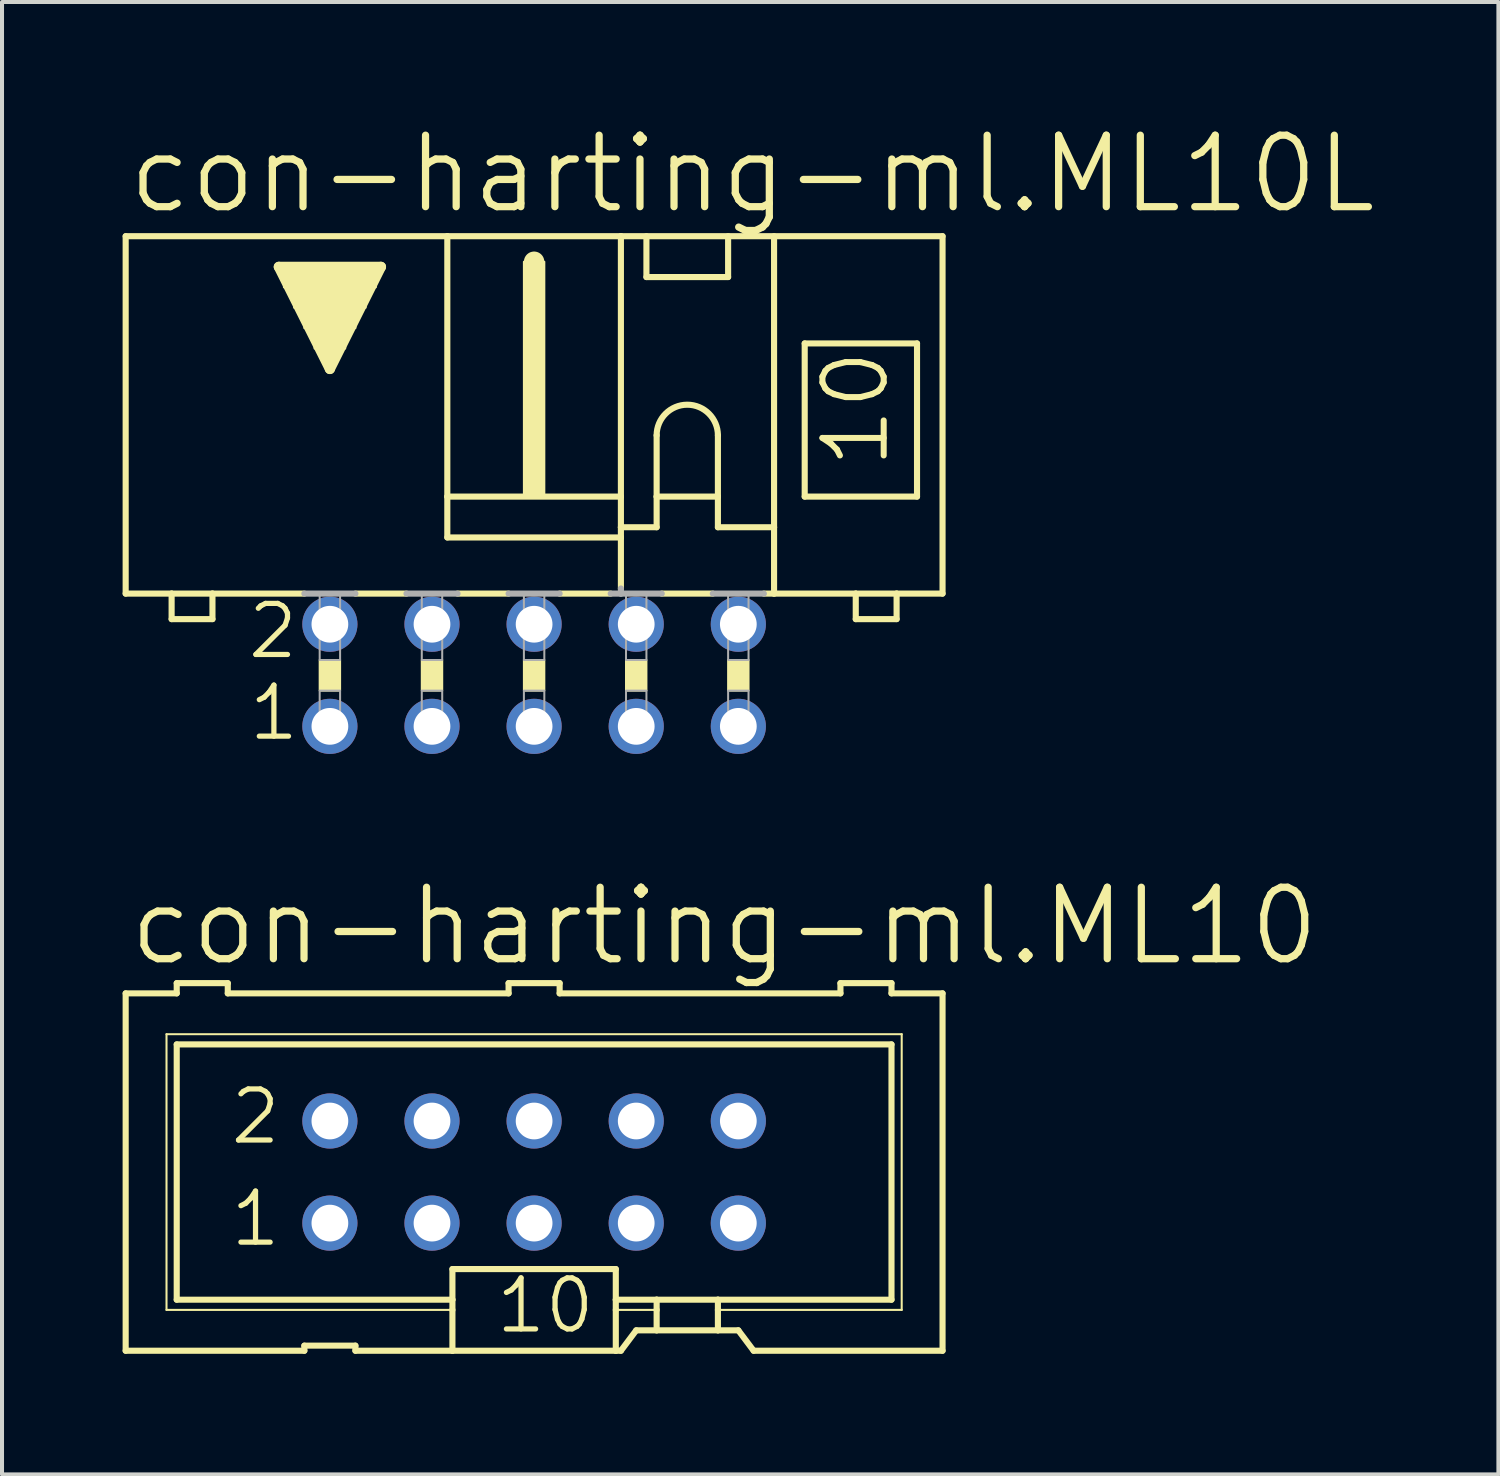
<source format=kicad_pcb>
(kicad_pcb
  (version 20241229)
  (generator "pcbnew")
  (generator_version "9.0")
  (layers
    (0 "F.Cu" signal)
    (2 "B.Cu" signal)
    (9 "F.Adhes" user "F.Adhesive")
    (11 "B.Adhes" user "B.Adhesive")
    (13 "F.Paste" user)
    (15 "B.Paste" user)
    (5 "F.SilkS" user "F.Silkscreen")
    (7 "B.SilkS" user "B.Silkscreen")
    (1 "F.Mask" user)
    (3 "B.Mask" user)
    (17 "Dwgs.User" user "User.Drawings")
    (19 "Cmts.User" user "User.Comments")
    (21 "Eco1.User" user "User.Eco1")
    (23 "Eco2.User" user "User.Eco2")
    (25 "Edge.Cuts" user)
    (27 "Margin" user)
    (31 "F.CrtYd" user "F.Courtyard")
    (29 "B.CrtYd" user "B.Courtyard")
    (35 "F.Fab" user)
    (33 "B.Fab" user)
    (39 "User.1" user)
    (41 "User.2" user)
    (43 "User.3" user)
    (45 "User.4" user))
  (footprint "con-harting-ml.ML10L"
    (layer "F.Cu")
    (at 10.236 13.748)
    (property "Reference" "con-harting-ml.ML10L" (at -10.185 -11.43 0) (layer "F.SilkS") (effects (font (size 1.778 1.778) (thickness 0.18)) (justify left bottom)))
    (attr through_hole)
    (fp_line (start -10.16 -2.032) (end -10.16 -10.922) (stroke (width 0.152) (type default)) (layer "F.SilkS"))
    (fp_line (start -10.16 -2.032) (end -9.017 -2.032) (stroke (width 0.152) (type default)) (layer "F.SilkS"))
    (fp_line (start -9.017 -2.032) (end -9.017 -1.397) (stroke (width 0.152) (type default)) (layer "F.SilkS"))
    (fp_line (start -9.017 -2.032) (end -8.001 -2.032) (stroke (width 0.152) (type default)) (layer "F.SilkS"))
    (fp_line (start -8.001 -2.032) (end -5.715 -2.032) (stroke (width 0.152) (type default)) (layer "F.SilkS"))
    (fp_line (start -8.001 -1.397) (end -9.017 -1.397) (stroke (width 0.152) (type default)) (layer "F.SilkS"))
    (fp_line (start -8.001 -1.397) (end -8.001 -2.032) (stroke (width 0.152) (type default)) (layer "F.SilkS"))
    (fp_line (start -6.35 -10.16) (end -3.81 -10.16) (stroke (width 0.254) (type default)) (layer "F.SilkS"))
    (fp_line (start -5.08 -7.62) (end -6.35 -10.16) (stroke (width 0.254) (type default)) (layer "F.SilkS"))
    (fp_line (start -4.445 -2.032) (end -3.175 -2.032) (stroke (width 0.152) (type default)) (layer "F.SilkS"))
    (fp_line (start -3.81 -10.16) (end -5.08 -7.62) (stroke (width 0.254) (type default)) (layer "F.SilkS"))
    (fp_line (start -2.159 -10.922) (end -10.16 -10.922) (stroke (width 0.152) (type default)) (layer "F.SilkS"))
    (fp_line (start -2.159 -10.922) (end -2.159 -4.445) (stroke (width 0.152) (type default)) (layer "F.SilkS"))
    (fp_line (start -2.159 -10.922) (end 2.159 -10.922) (stroke (width 0.152) (type default)) (layer "F.SilkS"))
    (fp_line (start -2.159 -4.445) (end -2.159 -3.429) (stroke (width 0.152) (type default)) (layer "F.SilkS"))
    (fp_line (start -1.905 -2.032) (end -0.635 -2.032) (stroke (width 0.152) (type default)) (layer "F.SilkS"))
    (fp_line (start 0 -10.033) (end 0 -10.287) (stroke (width 0.508) (type default)) (layer "F.SilkS"))
    (fp_line (start 0.635 -2.032) (end 1.905 -2.032) (stroke (width 0.152) (type default)) (layer "F.SilkS"))
    (fp_line (start 2.159 -10.922) (end 2.159 -4.445) (stroke (width 0.152) (type default)) (layer "F.SilkS"))
    (fp_line (start 2.159 -10.922) (end 10.16 -10.922) (stroke (width 0.152) (type default)) (layer "F.SilkS"))
    (fp_line (start 2.159 -4.445) (end -2.159 -4.445) (stroke (width 0.152) (type default)) (layer "F.SilkS"))
    (fp_line (start 2.159 -4.445) (end 2.159 -3.683) (stroke (width 0.152) (type default)) (layer "F.SilkS"))
    (fp_line (start 2.159 -3.683) (end 2.159 -3.429) (stroke (width 0.152) (type default)) (layer "F.SilkS"))
    (fp_line (start 2.159 -3.683) (end 3.048 -3.683) (stroke (width 0.152) (type default)) (layer "F.SilkS"))
    (fp_line (start 2.159 -3.429) (end -2.159 -3.429) (stroke (width 0.152) (type default)) (layer "F.SilkS"))
    (fp_line (start 2.159 -3.429) (end 2.159 -2.159) (stroke (width 0.152) (type default)) (layer "F.SilkS"))
    (fp_line (start 2.794 -9.906) (end 2.794 -10.922) (stroke (width 0.152) (type default)) (layer "F.SilkS"))
    (fp_line (start 2.794 -9.906) (end 4.826 -9.906) (stroke (width 0.152) (type default)) (layer "F.SilkS"))
    (fp_line (start 3.048 -5.969) (end 3.048 -4.445) (stroke (width 0.152) (type default)) (layer "F.SilkS"))
    (fp_line (start 3.048 -4.445) (end 3.048 -3.683) (stroke (width 0.152) (type default)) (layer "F.SilkS"))
    (fp_line (start 3.048 -4.445) (end 4.572 -4.445) (stroke (width 0.152) (type default)) (layer "F.SilkS"))
    (fp_line (start 3.175 -2.032) (end 4.445 -2.032) (stroke (width 0.152) (type default)) (layer "F.SilkS"))
    (fp_line (start 4.572 -5.969) (end 4.572 -4.445) (stroke (width 0.152) (type default)) (layer "F.SilkS"))
    (fp_line (start 4.572 -4.445) (end 4.572 -3.683) (stroke (width 0.152) (type default)) (layer "F.SilkS"))
    (fp_line (start 4.572 -3.683) (end 5.969 -3.683) (stroke (width 0.152) (type default)) (layer "F.SilkS"))
    (fp_line (start 4.826 -10.922) (end 4.826 -9.906) (stroke (width 0.152) (type default)) (layer "F.SilkS"))
    (fp_line (start 5.969 -3.683) (end 5.969 -10.922) (stroke (width 0.152) (type default)) (layer "F.SilkS"))
    (fp_line (start 5.969 -3.683) (end 5.969 -2.032) (stroke (width 0.152) (type default)) (layer "F.SilkS"))
    (fp_line (start 5.969 -2.032) (end 5.715 -2.032) (stroke (width 0.152) (type default)) (layer "F.SilkS"))
    (fp_line (start 6.731 -8.255) (end 6.731 -4.445) (stroke (width 0.152) (type default)) (layer "F.SilkS"))
    (fp_line (start 6.731 -8.255) (end 9.525 -8.255) (stroke (width 0.152) (type default)) (layer "F.SilkS"))
    (fp_line (start 6.731 -4.445) (end 9.525 -4.445) (stroke (width 0.152) (type default)) (layer "F.SilkS"))
    (fp_line (start 8.001 -2.032) (end 5.969 -2.032) (stroke (width 0.152) (type default)) (layer "F.SilkS"))
    (fp_line (start 8.001 -2.032) (end 8.001 -1.397) (stroke (width 0.152) (type default)) (layer "F.SilkS"))
    (fp_line (start 9.017 -2.032) (end 8.001 -2.032) (stroke (width 0.152) (type default)) (layer "F.SilkS"))
    (fp_line (start 9.017 -1.397) (end 8.001 -1.397) (stroke (width 0.152) (type default)) (layer "F.SilkS"))
    (fp_line (start 9.017 -1.397) (end 9.017 -2.032) (stroke (width 0.152) (type default)) (layer "F.SilkS"))
    (fp_line (start 9.525 -4.445) (end 9.525 -8.255) (stroke (width 0.152) (type default)) (layer "F.SilkS"))
    (fp_line (start 10.16 -10.922) (end 10.16 -2.032) (stroke (width 0.152) (type default)) (layer "F.SilkS"))
    (fp_line (start 10.16 -2.032) (end 9.017 -2.032) (stroke (width 0.152) (type default)) (layer "F.SilkS"))
    (fp_rect (start -6.223 -9.652) (end -3.937 -10.16) (stroke (width 0.05) (type default)) (fill yes) (layer "F.SilkS"))
    (fp_rect (start -5.969 -9.144) (end -4.191 -9.652) (stroke (width 0.05) (type default)) (fill yes) (layer "F.SilkS"))
    (fp_rect (start -5.715 -8.636) (end -4.445 -9.144) (stroke (width 0.05) (type default)) (fill yes) (layer "F.SilkS"))
    (fp_rect (start -5.461 -8.128) (end -4.699 -8.636) (stroke (width 0.05) (type default)) (fill yes) (layer "F.SilkS"))
    (fp_rect (start -5.334 0.381) (end -4.826 -0.381) (stroke (width 0.05) (type default)) (fill yes) (layer "F.SilkS"))
    (fp_rect (start -5.207 -7.874) (end -4.953 -8.128) (stroke (width 0.05) (type default)) (fill yes) (layer "F.SilkS"))
    (fp_rect (start -2.794 0.381) (end -2.286 -0.381) (stroke (width 0.05) (type default)) (fill yes) (layer "F.SilkS"))
    (fp_rect (start -0.254 -4.445) (end 0.254 -10.287) (stroke (width 0.05) (type default)) (fill yes) (layer "F.SilkS"))
    (fp_rect (start -0.254 0.381) (end 0.254 -0.381) (stroke (width 0.05) (type default)) (fill yes) (layer "F.SilkS"))
    (fp_rect (start 2.286 0.381) (end 2.794 -0.381) (stroke (width 0.05) (type default)) (fill yes) (layer "F.SilkS"))
    (fp_rect (start 4.826 0.381) (end 5.334 -0.381) (stroke (width 0.05) (type default)) (fill yes) (layer "F.SilkS"))
    (fp_arc (start 3.048 -5.969) (mid 3.81 -6.731) (end 4.572 -5.969) (stroke (width 0.1524) (type default)) (layer "F.SilkS"))
    (fp_line (start -5.715 -2.032) (end -4.445 -2.032) (stroke (width 0.152) (type default)) (layer "F.Fab"))
    (fp_line (start -3.175 -2.032) (end -1.905 -2.032) (stroke (width 0.152) (type default)) (layer "F.Fab"))
    (fp_line (start -0.635 -2.032) (end 0.635 -2.032) (stroke (width 0.152) (type default)) (layer "F.Fab"))
    (fp_line (start 1.905 -2.032) (end 2.159 -2.032) (stroke (width 0.152) (type default)) (layer "F.Fab"))
    (fp_line (start 2.159 -2.159) (end 2.159 -2.032) (stroke (width 0.152) (type default)) (layer "F.Fab"))
    (fp_line (start 2.159 -2.032) (end 3.175 -2.032) (stroke (width 0.152) (type default)) (layer "F.Fab"))
    (fp_line (start 5.715 -2.032) (end 4.445 -2.032) (stroke (width 0.152) (type default)) (layer "F.Fab"))
    (fp_rect (start -5.334 -0.381) (end -4.826 -2.032) (stroke (width 0.05) (type default)) (fill no) (layer "F.Fab"))
    (fp_rect (start -5.334 1.524) (end -4.826 0.381) (stroke (width 0.05) (type default)) (fill no) (layer "F.Fab"))
    (fp_rect (start -2.794 -0.381) (end -2.286 -2.032) (stroke (width 0.05) (type default)) (fill no) (layer "F.Fab"))
    (fp_rect (start -2.794 1.524) (end -2.286 0.381) (stroke (width 0.05) (type default)) (fill no) (layer "F.Fab"))
    (fp_rect (start -0.254 -0.381) (end 0.254 -2.032) (stroke (width 0.05) (type default)) (fill no) (layer "F.Fab"))
    (fp_rect (start -0.254 1.524) (end 0.254 0.381) (stroke (width 0.05) (type default)) (fill no) (layer "F.Fab"))
    (fp_rect (start 2.286 -0.381) (end 2.794 -2.032) (stroke (width 0.05) (type default)) (fill no) (layer "F.Fab"))
    (fp_rect (start 2.286 1.524) (end 2.794 0.381) (stroke (width 0.05) (type default)) (fill no) (layer "F.Fab"))
    (fp_rect (start 4.826 -0.381) (end 5.334 -2.032) (stroke (width 0.05) (type default)) (fill no) (layer "F.Fab"))
    (fp_rect (start 4.826 1.524) (end 5.334 0.381) (stroke (width 0.05) (type default)) (fill no) (layer "F.Fab"))
    (fp_text user "10" (at 8.89 -5.08 90) (layer "F.SilkS") (effects (font (size 1.524 1.524) (thickness 0.15)) (justify left bottom)))
    (fp_text user "2" (at -7.188 -0.356 0) (layer "F.SilkS") (effects (font (size 1.27 1.27) (thickness 0.13)) (justify left bottom)))
    (fp_text user "1" (at -7.163 1.676 0) (layer "F.SilkS") (effects (font (size 1.27 1.27) (thickness 0.13)) (justify left bottom)))
    (pad "1" thru_hole circle (at -5.08 1.27) (size 1.372 1.372) (drill 0.914) (layers "*.Cu" "*.Mask"))
    (pad "2" thru_hole circle (at -5.08 -1.27) (size 1.372 1.372) (drill 0.914) (layers "*.Cu" "*.Mask"))
    (pad "3" thru_hole circle (at -2.54 1.27) (size 1.372 1.372) (drill 0.914) (layers "*.Cu" "*.Mask"))
    (pad "4" thru_hole circle (at -2.54 -1.27) (size 1.372 1.372) (drill 0.914) (layers "*.Cu" "*.Mask"))
    (pad "5" thru_hole circle (at 0 1.27) (size 1.372 1.372) (drill 0.914) (layers "*.Cu" "*.Mask"))
    (pad "6" thru_hole circle (at 0 -1.27) (size 1.372 1.372) (drill 0.914) (layers "*.Cu" "*.Mask"))
    (pad "7" thru_hole circle (at 2.54 1.27) (size 1.372 1.372) (drill 0.914) (layers "*.Cu" "*.Mask"))
    (pad "8" thru_hole circle (at 2.54 -1.27) (size 1.372 1.372) (drill 0.914) (layers "*.Cu" "*.Mask"))
    (pad "9" thru_hole circle (at 5.08 1.27) (size 1.372 1.372) (drill 0.914) (layers "*.Cu" "*.Mask"))
    (pad "10" thru_hole circle (at 5.08 -1.27) (size 1.372 1.372) (drill 0.914) (layers "*.Cu" "*.Mask")))
  (footprint "con-harting-ml.ML10"
    (layer "F.Cu")
    (at 10.236 26.105)
    (property "Reference" "con-harting-ml.ML10" (at -10.16 -5.08 0) (layer "F.SilkS") (effects (font (size 1.778 1.778) (thickness 0.18)) (justify left bottom)))
    (attr through_hole)
    (fp_line (start -10.16 -4.445) (end -10.16 4.445) (stroke (width 0.152) (type default)) (layer "F.SilkS"))
    (fp_line (start -10.16 -4.445) (end -8.89 -4.445) (stroke (width 0.152) (type default)) (layer "F.SilkS"))
    (fp_line (start -9.144 -3.429) (end -9.144 3.429) (stroke (width 0.051) (type default)) (layer "F.SilkS"))
    (fp_line (start -9.144 3.429) (end -2.032 3.429) (stroke (width 0.051) (type default)) (layer "F.SilkS"))
    (fp_line (start -8.89 -4.699) (end -8.89 -4.445) (stroke (width 0.152) (type default)) (layer "F.SilkS"))
    (fp_line (start -8.89 -3.175) (end -8.89 3.175) (stroke (width 0.152) (type default)) (layer "F.SilkS"))
    (fp_line (start -8.89 -3.175) (end 8.89 -3.175) (stroke (width 0.152) (type default)) (layer "F.SilkS"))
    (fp_line (start -7.62 -4.699) (end -8.89 -4.699) (stroke (width 0.152) (type default)) (layer "F.SilkS"))
    (fp_line (start -7.62 -4.699) (end -7.62 -4.445) (stroke (width 0.152) (type default)) (layer "F.SilkS"))
    (fp_line (start -7.62 -4.445) (end -0.635 -4.445) (stroke (width 0.152) (type default)) (layer "F.SilkS"))
    (fp_line (start -5.715 4.445) (end -10.16 4.445) (stroke (width 0.152) (type default)) (layer "F.SilkS"))
    (fp_line (start -5.715 4.445) (end -5.715 4.318) (stroke (width 0.152) (type default)) (layer "F.SilkS"))
    (fp_line (start -4.445 4.318) (end -5.715 4.318) (stroke (width 0.152) (type default)) (layer "F.SilkS"))
    (fp_line (start -4.445 4.318) (end -4.445 4.445) (stroke (width 0.152) (type default)) (layer "F.SilkS"))
    (fp_line (start -2.032 3.175) (end -8.89 3.175) (stroke (width 0.152) (type default)) (layer "F.SilkS"))
    (fp_line (start -2.032 3.175) (end -2.032 2.413) (stroke (width 0.152) (type default)) (layer "F.SilkS"))
    (fp_line (start -2.032 3.175) (end -2.032 3.429) (stroke (width 0.152) (type default)) (layer "F.SilkS"))
    (fp_line (start -2.032 3.429) (end -2.032 4.445) (stroke (width 0.152) (type default)) (layer "F.SilkS"))
    (fp_line (start -2.032 4.445) (end -4.445 4.445) (stroke (width 0.152) (type default)) (layer "F.SilkS"))
    (fp_line (start -0.635 -4.699) (end -0.635 -4.445) (stroke (width 0.152) (type default)) (layer "F.SilkS"))
    (fp_line (start 0.635 -4.699) (end -0.635 -4.699) (stroke (width 0.152) (type default)) (layer "F.SilkS"))
    (fp_line (start 0.635 -4.699) (end 0.635 -4.445) (stroke (width 0.152) (type default)) (layer "F.SilkS"))
    (fp_line (start 0.635 -4.445) (end 7.62 -4.445) (stroke (width 0.152) (type default)) (layer "F.SilkS"))
    (fp_line (start 2.032 2.413) (end -2.032 2.413) (stroke (width 0.152) (type default)) (layer "F.SilkS"))
    (fp_line (start 2.032 2.413) (end 2.032 3.175) (stroke (width 0.152) (type default)) (layer "F.SilkS"))
    (fp_line (start 2.032 3.175) (end 2.032 3.429) (stroke (width 0.152) (type default)) (layer "F.SilkS"))
    (fp_line (start 2.032 3.429) (end 2.032 4.445) (stroke (width 0.152) (type default)) (layer "F.SilkS"))
    (fp_line (start 2.032 4.445) (end -2.032 4.445) (stroke (width 0.152) (type default)) (layer "F.SilkS"))
    (fp_line (start 2.159 4.445) (end 2.032 4.445) (stroke (width 0.152) (type default)) (layer "F.SilkS"))
    (fp_line (start 2.159 4.445) (end 2.54 3.937) (stroke (width 0.152) (type default)) (layer "F.SilkS"))
    (fp_line (start 3.048 3.175) (end 2.032 3.175) (stroke (width 0.152) (type default)) (layer "F.SilkS"))
    (fp_line (start 3.048 3.175) (end 3.048 3.429) (stroke (width 0.152) (type default)) (layer "F.SilkS"))
    (fp_line (start 3.048 3.429) (end 2.032 3.429) (stroke (width 0.051) (type default)) (layer "F.SilkS"))
    (fp_line (start 3.048 3.429) (end 3.048 3.937) (stroke (width 0.152) (type default)) (layer "F.SilkS"))
    (fp_line (start 3.048 3.937) (end 2.54 3.937) (stroke (width 0.152) (type default)) (layer "F.SilkS"))
    (fp_line (start 4.572 3.175) (end 3.048 3.175) (stroke (width 0.152) (type default)) (layer "F.SilkS"))
    (fp_line (start 4.572 3.175) (end 4.572 3.429) (stroke (width 0.152) (type default)) (layer "F.SilkS"))
    (fp_line (start 4.572 3.429) (end 4.572 3.937) (stroke (width 0.152) (type default)) (layer "F.SilkS"))
    (fp_line (start 4.572 3.429) (end 9.144 3.429) (stroke (width 0.051) (type default)) (layer "F.SilkS"))
    (fp_line (start 4.572 3.937) (end 3.048 3.937) (stroke (width 0.152) (type default)) (layer "F.SilkS"))
    (fp_line (start 5.08 3.937) (end 4.572 3.937) (stroke (width 0.152) (type default)) (layer "F.SilkS"))
    (fp_line (start 5.08 3.937) (end 5.461 4.445) (stroke (width 0.152) (type default)) (layer "F.SilkS"))
    (fp_line (start 7.62 -4.445) (end 7.62 -4.699) (stroke (width 0.152) (type default)) (layer "F.SilkS"))
    (fp_line (start 8.89 -4.699) (end 7.62 -4.699) (stroke (width 0.152) (type default)) (layer "F.SilkS"))
    (fp_line (start 8.89 -4.445) (end 8.89 -4.699) (stroke (width 0.152) (type default)) (layer "F.SilkS"))
    (fp_line (start 8.89 -4.445) (end 10.16 -4.445) (stroke (width 0.152) (type default)) (layer "F.SilkS"))
    (fp_line (start 8.89 3.175) (end 4.572 3.175) (stroke (width 0.152) (type default)) (layer "F.SilkS"))
    (fp_line (start 8.89 3.175) (end 8.89 -3.175) (stroke (width 0.152) (type default)) (layer "F.SilkS"))
    (fp_line (start 9.144 -3.429) (end -9.144 -3.429) (stroke (width 0.051) (type default)) (layer "F.SilkS"))
    (fp_line (start 9.144 3.429) (end 9.144 -3.429) (stroke (width 0.051) (type default)) (layer "F.SilkS"))
    (fp_line (start 10.16 4.445) (end 5.461 4.445) (stroke (width 0.152) (type default)) (layer "F.SilkS"))
    (fp_line (start 10.16 4.445) (end 10.16 -4.445) (stroke (width 0.152) (type default)) (layer "F.SilkS"))
    (fp_rect (start -5.334 -1.016) (end -4.826 -1.524) (stroke (width 0.05) (type default)) (fill no) (layer "F.Fab"))
    (fp_rect (start -5.334 1.524) (end -4.826 1.016) (stroke (width 0.05) (type default)) (fill no) (layer "F.Fab"))
    (fp_rect (start -2.794 -1.016) (end -2.286 -1.524) (stroke (width 0.05) (type default)) (fill no) (layer "F.Fab"))
    (fp_rect (start -2.794 1.524) (end -2.286 1.016) (stroke (width 0.05) (type default)) (fill no) (layer "F.Fab"))
    (fp_rect (start -0.254 -1.016) (end 0.254 -1.524) (stroke (width 0.05) (type default)) (fill no) (layer "F.Fab"))
    (fp_rect (start -0.254 1.524) (end 0.254 1.016) (stroke (width 0.05) (type default)) (fill no) (layer "F.Fab"))
    (fp_rect (start 2.286 -1.016) (end 2.794 -1.524) (stroke (width 0.05) (type default)) (fill no) (layer "F.Fab"))
    (fp_rect (start 2.286 1.524) (end 2.794 1.016) (stroke (width 0.05) (type default)) (fill no) (layer "F.Fab"))
    (fp_rect (start 4.826 -1.016) (end 5.334 -1.524) (stroke (width 0.05) (type default)) (fill no) (layer "F.Fab"))
    (fp_rect (start 4.826 1.524) (end 5.334 1.016) (stroke (width 0.05) (type default)) (fill no) (layer "F.Fab"))
    (fp_text user "2" (at -7.62 -0.635 0) (layer "F.SilkS") (effects (font (size 1.27 1.27) (thickness 0.13)) (justify left bottom)))
    (fp_text user "10" (at -1.016 4.064 0) (layer "F.SilkS") (effects (font (size 1.27 1.27) (thickness 0.13)) (justify left bottom)))
    (fp_text user "1" (at -7.62 1.905 0) (layer "F.SilkS") (effects (font (size 1.27 1.27) (thickness 0.13)) (justify left bottom)))
    (pad "1" thru_hole circle (at -5.08 1.27) (size 1.372 1.372) (drill 0.914) (layers "*.Cu" "*.Mask"))
    (pad "2" thru_hole circle (at -5.08 -1.27) (size 1.372 1.372) (drill 0.914) (layers "*.Cu" "*.Mask"))
    (pad "3" thru_hole circle (at -2.54 1.27) (size 1.372 1.372) (drill 0.914) (layers "*.Cu" "*.Mask"))
    (pad "4" thru_hole circle (at -2.54 -1.27) (size 1.372 1.372) (drill 0.914) (layers "*.Cu" "*.Mask"))
    (pad "5" thru_hole circle (at 0 1.27) (size 1.372 1.372) (drill 0.914) (layers "*.Cu" "*.Mask"))
    (pad "6" thru_hole circle (at 0 -1.27) (size 1.372 1.372) (drill 0.914) (layers "*.Cu" "*.Mask"))
    (pad "7" thru_hole circle (at 2.54 1.27) (size 1.372 1.372) (drill 0.914) (layers "*.Cu" "*.Mask"))
    (pad "8" thru_hole circle (at 2.54 -1.27) (size 1.372 1.372) (drill 0.914) (layers "*.Cu" "*.Mask"))
    (pad "9" thru_hole circle (at 5.08 1.27) (size 1.372 1.372) (drill 0.914) (layers "*.Cu" "*.Mask"))
    (pad "10" thru_hole circle (at 5.08 -1.27) (size 1.372 1.372) (drill 0.914) (layers "*.Cu" "*.Mask")))
  (gr_rect
    (start -3 -3)
    (end 34.223 33.626)
    (stroke (width 0.1) (type default))
    (fill no)
    (layer "Edge.Cuts")))
</source>
